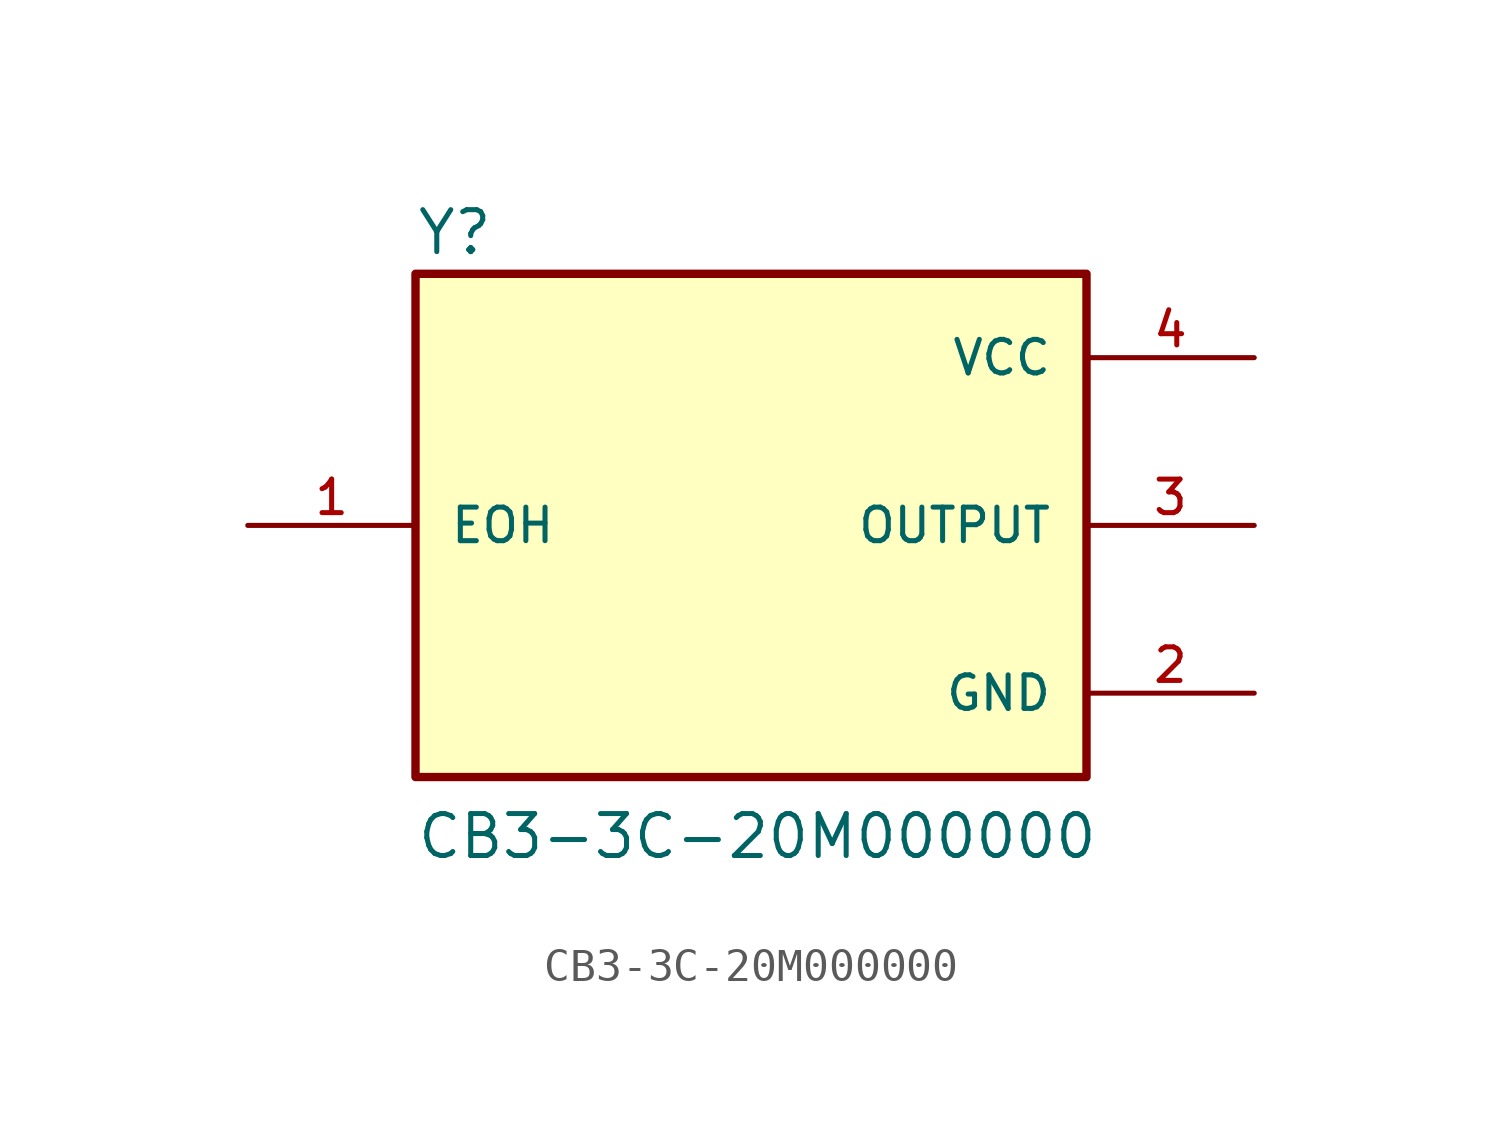
<source format=kicad_sym>
(kicad_symbol_lib
  (version 20211014)
  (generator kicad_symbol_editor)
  (symbol "CB3-3C-20M000000"
    (pin_names
      (offset 1.016))
    (property "Reference" "Y"
      (at -10.16 8.128 0)
      (effects (font (size 1.27 1.27)) (justify bottom left)))
    (property "Value" "CB3-3C-20M000000"
      (at -10.16 -10.16 0)
      (effects (font (size 1.27 1.27)) (justify bottom left)))
    (symbol "CB3-3C-20M000000_0_0"
      (rectangle (start -10.16 -7.62) (end 10.16 7.62) (stroke (width 0.254)) (fill (type background)))
      (pin power_in line (at 15.24 5.08 180.0) (length 5.08) (name "VCC" (effects (font (size 1.016 1.016)))) (number "4" (effects (font (size 1.016 1.016)))))
      (pin power_in line (at 15.24 -5.08 180.0) (length 5.08) (name "GND" (effects (font (size 1.016 1.016)))) (number "2" (effects (font (size 1.016 1.016)))))
      (pin output line (at 15.24 0.0 180.0) (length 5.08) (name "OUTPUT" (effects (font (size 1.016 1.016)))) (number "3" (effects (font (size 1.016 1.016)))))
      (pin input line (at -15.24 0.0 0) (length 5.08) (name "EOH" (effects (font (size 1.016 1.016)))) (number "1" (effects (font (size 1.016 1.016))))))))
</source>
